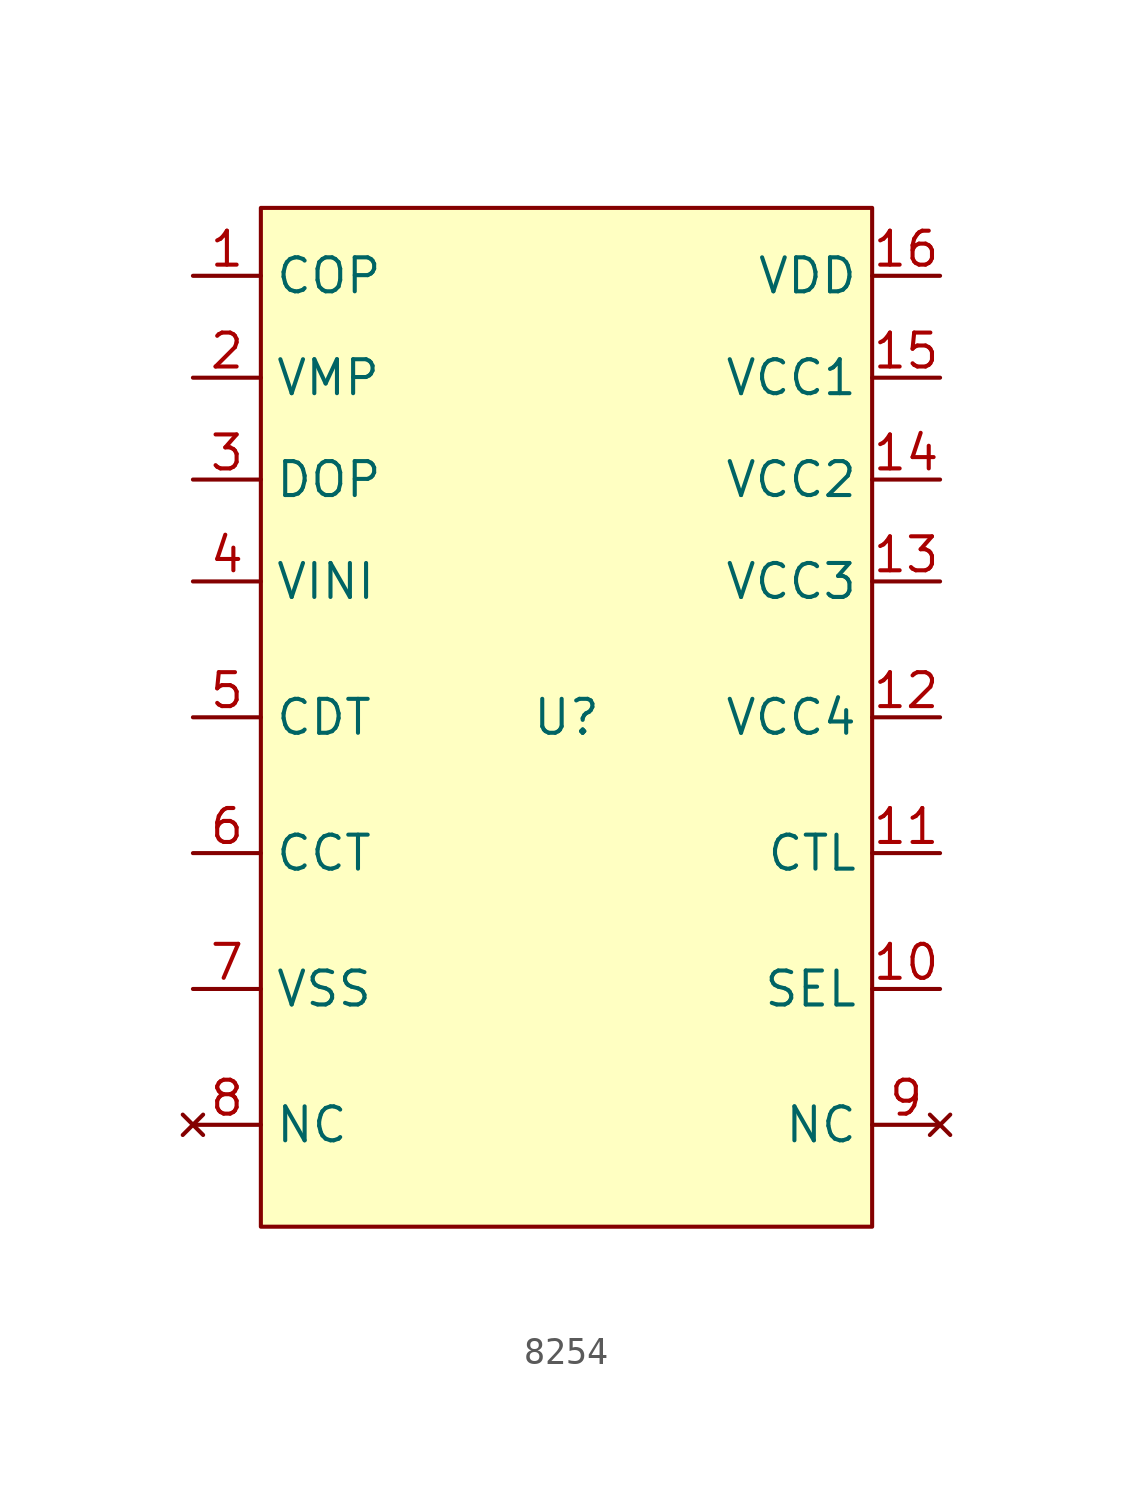
<source format=kicad_sym>
(kicad_symbol_lib
  (version 20220914)
  (generator kicad_symbol_editor)
  (symbol "8254"
    (property "Reference" "U"
      (at 0 0 0)
      (effects (font (size 1.27 1.27))))
    (property "Value" ""
      (at 0 0 0)
      (effects (font (size 1.27 1.27))))
    (symbol "8254_0_1"
      (rectangle (start -11.43 19.05) (end 11.43 -19.05) (stroke (width 0) (type default)) (fill (type background))))
    (symbol "8254_1_1"
      (pin input line (at -13.97 16.51 0) (length 2.54) (name "COP" (effects (font (size 1.27 1.27)))) (number "1" (effects (font (size 1.27 1.27)))))
      (pin input line (at 13.97 -10.16 180) (length 2.54) (name "SEL" (effects (font (size 1.27 1.27)))) (number "10" (effects (font (size 1.27 1.27)))))
      (pin input line (at 13.97 -5.08 180) (length 2.54) (name "CTL" (effects (font (size 1.27 1.27)))) (number "11" (effects (font (size 1.27 1.27)))))
      (pin input line (at 13.97 0 180) (length 2.54) (name "VCC4" (effects (font (size 1.27 1.27)))) (number "12" (effects (font (size 1.27 1.27)))))
      (pin input line (at 13.97 5.08 180) (length 2.54) (name "VCC3" (effects (font (size 1.27 1.27)))) (number "13" (effects (font (size 1.27 1.27)))))
      (pin input line (at 13.97 8.89 180) (length 2.54) (name "VCC2" (effects (font (size 1.27 1.27)))) (number "14" (effects (font (size 1.27 1.27)))))
      (pin input line (at 13.97 12.7 180) (length 2.54) (name "VCC1" (effects (font (size 1.27 1.27)))) (number "15" (effects (font (size 1.27 1.27)))))
      (pin input line (at 13.97 16.51 180) (length 2.54) (name "VDD" (effects (font (size 1.27 1.27)))) (number "16" (effects (font (size 1.27 1.27)))))
      (pin input line (at -13.97 12.7 0) (length 2.54) (name "VMP" (effects (font (size 1.27 1.27)))) (number "2" (effects (font (size 1.27 1.27)))))
      (pin input line (at -13.97 8.89 0) (length 2.54) (name "DOP" (effects (font (size 1.27 1.27)))) (number "3" (effects (font (size 1.27 1.27)))))
      (pin input line (at -13.97 5.08 0) (length 2.54) (name "VINI" (effects (font (size 1.27 1.27)))) (number "4" (effects (font (size 1.27 1.27)))))
      (pin input line (at -13.97 0 0) (length 2.54) (name "CDT" (effects (font (size 1.27 1.27)))) (number "5" (effects (font (size 1.27 1.27)))))
      (pin input line (at -13.97 -5.08 0) (length 2.54) (name "CCT" (effects (font (size 1.27 1.27)))) (number "6" (effects (font (size 1.27 1.27)))))
      (pin input line (at -13.97 -10.16 0) (length 2.54) (name "VSS" (effects (font (size 1.27 1.27)))) (number "7" (effects (font (size 1.27 1.27)))))
      (pin no_connect line (at -13.97 -15.24 0) (length 2.54) (name "NC" (effects (font (size 1.27 1.27)))) (number "8" (effects (font (size 1.27 1.27)))))
      (pin no_connect line (at 13.97 -15.24 180) (length 2.54) (name "NC" (effects (font (size 1.27 1.27)))) (number "9" (effects (font (size 1.27 1.27))))))))
</source>
